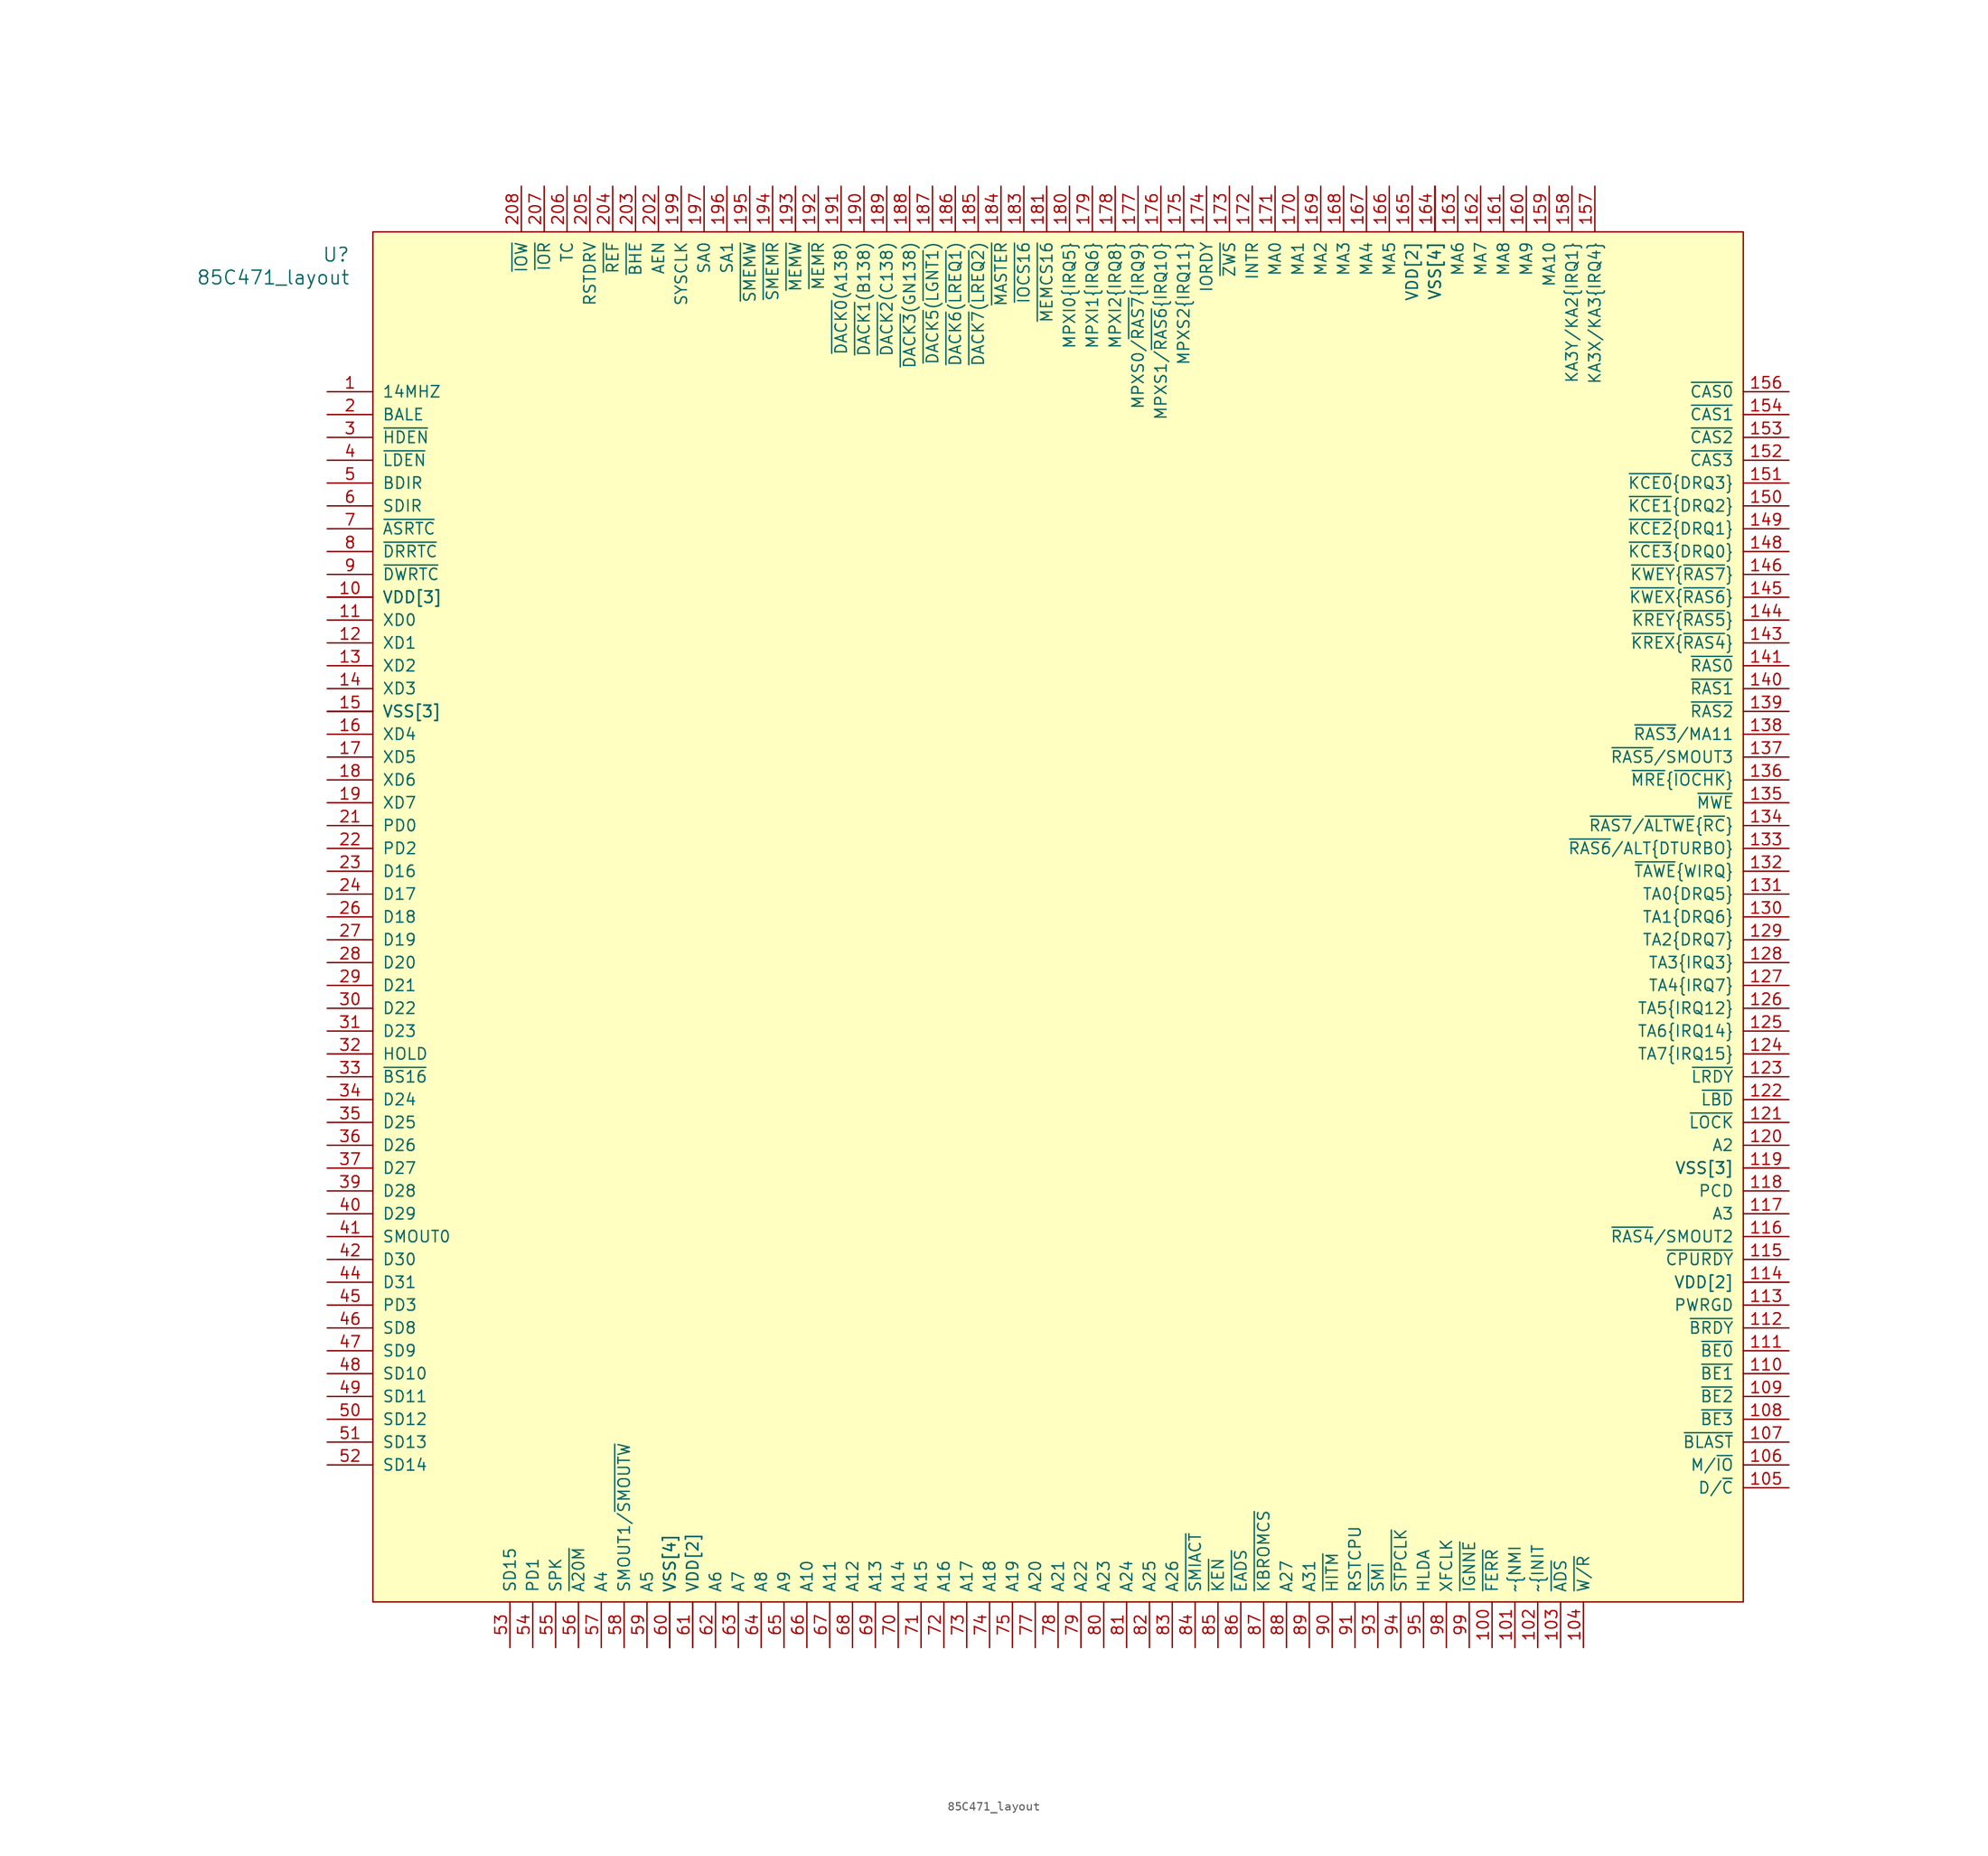
<source format=kicad_sym>
(kicad_symbol_lib
  (version 20211014)
  (generator kicad_symbol_editor)
  (symbol "85C471_layout"
    (pin_names
      (offset 1.016))
    (property "Reference" "U"
      (at -74.93 71.12 0)
      (effects (font (size 1.524 1.524)) (justify right)))
    (property "Value" "85C471_layout"
      (at -74.93 68.58 0)
      (effects (font (size 1.524 1.524)) (justify right)))
    (symbol "85C471_layout_1_1"
      (rectangle (start -72.39 73.66) (end 80.01 -78.74) (stroke (width 0) (type default) (color 0 0 0 0)) (fill (type background)))
      (pin input line (at -77.47 55.88 0) (length 5.08) (name "14MHZ" (effects (font (size 1.27 1.27)))) (number "1" (effects (font (size 1.27 1.27)))))
      (pin power_in line (at -77.47 33.02 0) (length 5.08) (name "VDD[3]" (effects (font (size 1.27 1.27)))) (number "10" (effects (font (size 1.27 1.27)))))
      (pin input line (at 52.07 -83.82 90) (length 5.08) (name "~{FERR}" (effects (font (size 1.27 1.27)))) (number "100" (effects (font (size 1.27 1.27)))))
      (pin output line (at 54.61 -83.82 90) (length 5.08) (name "~{NMI" (effects (font (size 1.27 1.27)))) (number "101" (effects (font (size 1.27 1.27)))))
      (pin output line (at 57.15 -83.82 90) (length 5.08) (name "~{INIT" (effects (font (size 1.27 1.27)))) (number "102" (effects (font (size 1.27 1.27)))))
      (pin tri_state line (at 59.69 -83.82 90) (length 5.08) (name "~{ADS}" (effects (font (size 1.27 1.27)))) (number "103" (effects (font (size 1.27 1.27)))))
      (pin tri_state line (at 62.23 -83.82 90) (length 5.08) (name "~{W/R}" (effects (font (size 1.27 1.27)))) (number "104" (effects (font (size 1.27 1.27)))))
      (pin input line (at 85.09 -66.04 180) (length 5.08) (name "D/~{C}" (effects (font (size 1.27 1.27)))) (number "105" (effects (font (size 1.27 1.27)))))
      (pin tri_state line (at 85.09 -63.5 180) (length 5.08) (name "M/~{IO}" (effects (font (size 1.27 1.27)))) (number "106" (effects (font (size 1.27 1.27)))))
      (pin tri_state line (at 85.09 -60.96 180) (length 5.08) (name "~{BLAST}" (effects (font (size 1.27 1.27)))) (number "107" (effects (font (size 1.27 1.27)))))
      (pin tri_state line (at 85.09 -58.42 180) (length 5.08) (name "~{BE3}" (effects (font (size 1.27 1.27)))) (number "108" (effects (font (size 1.27 1.27)))))
      (pin tri_state line (at 85.09 -55.88 180) (length 5.08) (name "~{BE2}" (effects (font (size 1.27 1.27)))) (number "109" (effects (font (size 1.27 1.27)))))
      (pin tri_state line (at -77.47 30.48 0) (length 5.08) (name "XD0" (effects (font (size 1.27 1.27)))) (number "11" (effects (font (size 1.27 1.27)))))
      (pin tri_state line (at 85.09 -53.34 180) (length 5.08) (name "~{BE1}" (effects (font (size 1.27 1.27)))) (number "110" (effects (font (size 1.27 1.27)))))
      (pin tri_state line (at 85.09 -50.8 180) (length 5.08) (name "~{BE0}" (effects (font (size 1.27 1.27)))) (number "111" (effects (font (size 1.27 1.27)))))
      (pin tri_state line (at 85.09 -48.26 180) (length 5.08) (name "~{BRDY}" (effects (font (size 1.27 1.27)))) (number "112" (effects (font (size 1.27 1.27)))))
      (pin input line (at 85.09 -45.72 180) (length 5.08) (name "PWRGD" (effects (font (size 1.27 1.27)))) (number "113" (effects (font (size 1.27 1.27)))))
      (pin power_in line (at 85.09 -43.18 180) (length 5.08) (name "VDD[2]" (effects (font (size 1.27 1.27)))) (number "114" (effects (font (size 1.27 1.27)))))
      (pin tri_state line (at 85.09 -40.64 180) (length 5.08) (name "~{CPURDY}" (effects (font (size 1.27 1.27)))) (number "115" (effects (font (size 1.27 1.27)))))
      (pin output line (at 85.09 -38.1 180) (length 5.08) (name "~{RAS4}/SMOUT2" (effects (font (size 1.27 1.27)))) (number "116" (effects (font (size 1.27 1.27)))))
      (pin tri_state line (at 85.09 -35.56 180) (length 5.08) (name "A3" (effects (font (size 1.27 1.27)))) (number "117" (effects (font (size 1.27 1.27)))))
      (pin input line (at 85.09 -33.02 180) (length 5.08) (name "PCD" (effects (font (size 1.27 1.27)))) (number "118" (effects (font (size 1.27 1.27)))))
      (pin power_in line (at 85.09 -30.48 180) (length 5.08) (name "VSS[3]" (effects (font (size 1.27 1.27)))) (number "119" (effects (font (size 1.27 1.27)))))
      (pin tri_state line (at -77.47 27.94 0) (length 5.08) (name "XD1" (effects (font (size 1.27 1.27)))) (number "12" (effects (font (size 1.27 1.27)))))
      (pin tri_state line (at 85.09 -27.94 180) (length 5.08) (name "A2" (effects (font (size 1.27 1.27)))) (number "120" (effects (font (size 1.27 1.27)))))
      (pin input line (at 85.09 -25.4 180) (length 5.08) (name "~{LOCK}" (effects (font (size 1.27 1.27)))) (number "121" (effects (font (size 1.27 1.27)))))
      (pin input line (at 85.09 -22.86 180) (length 5.08) (name "~{LBD}" (effects (font (size 1.27 1.27)))) (number "122" (effects (font (size 1.27 1.27)))))
      (pin input line (at 85.09 -20.32 180) (length 5.08) (name "~{LRDY}" (effects (font (size 1.27 1.27)))) (number "123" (effects (font (size 1.27 1.27)))))
      (pin tri_state line (at 85.09 -17.78 180) (length 5.08) (name "TA7{IRQ15}" (effects (font (size 1.27 1.27)))) (number "124" (effects (font (size 1.27 1.27)))))
      (pin tri_state line (at 85.09 -15.24 180) (length 5.08) (name "TA6{IRQ14}" (effects (font (size 1.27 1.27)))) (number "125" (effects (font (size 1.27 1.27)))))
      (pin tri_state line (at 85.09 -12.7 180) (length 5.08) (name "TA5{IRQ12}" (effects (font (size 1.27 1.27)))) (number "126" (effects (font (size 1.27 1.27)))))
      (pin tri_state line (at 85.09 -10.16 180) (length 5.08) (name "TA4{IRQ7}" (effects (font (size 1.27 1.27)))) (number "127" (effects (font (size 1.27 1.27)))))
      (pin tri_state line (at 85.09 -7.62 180) (length 5.08) (name "TA3{IRQ3}" (effects (font (size 1.27 1.27)))) (number "128" (effects (font (size 1.27 1.27)))))
      (pin tri_state line (at 85.09 -5.08 180) (length 5.08) (name "TA2{DRQ7}" (effects (font (size 1.27 1.27)))) (number "129" (effects (font (size 1.27 1.27)))))
      (pin tri_state line (at -77.47 25.4 0) (length 5.08) (name "XD2" (effects (font (size 1.27 1.27)))) (number "13" (effects (font (size 1.27 1.27)))))
      (pin tri_state line (at 85.09 -2.54 180) (length 5.08) (name "TA1{DRQ6}" (effects (font (size 1.27 1.27)))) (number "130" (effects (font (size 1.27 1.27)))))
      (pin tri_state line (at 85.09 0 180) (length 5.08) (name "TA0{DRQ5}" (effects (font (size 1.27 1.27)))) (number "131" (effects (font (size 1.27 1.27)))))
      (pin output line (at 85.09 2.54 180) (length 5.08) (name "~{TAWE}{WIRQ}" (effects (font (size 1.27 1.27)))) (number "132" (effects (font (size 1.27 1.27)))))
      (pin tri_state line (at 85.09 5.08 180) (length 5.08) (name "~{RAS6}/ALT{DTURBO}" (effects (font (size 1.27 1.27)))) (number "133" (effects (font (size 1.27 1.27)))))
      (pin tri_state line (at 85.09 7.62 180) (length 5.08) (name "~{RAS7}/~{ALTWE}{~{RC}}" (effects (font (size 1.27 1.27)))) (number "134" (effects (font (size 1.27 1.27)))))
      (pin output line (at 85.09 10.16 180) (length 5.08) (name "~{MWE}" (effects (font (size 1.27 1.27)))) (number "135" (effects (font (size 1.27 1.27)))))
      (pin tri_state line (at 85.09 12.7 180) (length 5.08) (name "~{MRE}{~{IOCHK}}" (effects (font (size 1.27 1.27)))) (number "136" (effects (font (size 1.27 1.27)))))
      (pin output line (at 85.09 15.24 180) (length 5.08) (name "~{RAS5}/SMOUT3" (effects (font (size 1.27 1.27)))) (number "137" (effects (font (size 1.27 1.27)))))
      (pin output line (at 85.09 17.78 180) (length 5.08) (name "~{RAS3}/MA11" (effects (font (size 1.27 1.27)))) (number "138" (effects (font (size 1.27 1.27)))))
      (pin output line (at 85.09 20.32 180) (length 5.08) (name "~{RAS2}" (effects (font (size 1.27 1.27)))) (number "139" (effects (font (size 1.27 1.27)))))
      (pin tri_state line (at -77.47 22.86 0) (length 5.08) (name "XD3" (effects (font (size 1.27 1.27)))) (number "14" (effects (font (size 1.27 1.27)))))
      (pin output line (at 85.09 22.86 180) (length 5.08) (name "~{RAS1}" (effects (font (size 1.27 1.27)))) (number "140" (effects (font (size 1.27 1.27)))))
      (pin output line (at 85.09 25.4 180) (length 5.08) (name "~{RAS0}" (effects (font (size 1.27 1.27)))) (number "141" (effects (font (size 1.27 1.27)))))
      (pin power_in line (at 85.09 -30.48 180) (length 5.08) (name "VSS[3]" (effects (font (size 1.27 1.27)))) (number "142" (effects (font (size 0 0)))))
      (pin output line (at 85.09 27.94 180) (length 5.08) (name "~{KREX}{~{RAS4}}" (effects (font (size 1.27 1.27)))) (number "143" (effects (font (size 1.27 1.27)))))
      (pin output line (at 85.09 30.48 180) (length 5.08) (name "~{KREY}{~{RAS5}}" (effects (font (size 1.27 1.27)))) (number "144" (effects (font (size 1.27 1.27)))))
      (pin output line (at 85.09 33.02 180) (length 5.08) (name "~{KWEX}{~{RAS6}}" (effects (font (size 1.27 1.27)))) (number "145" (effects (font (size 1.27 1.27)))))
      (pin output line (at 85.09 35.56 180) (length 5.08) (name "~{KWEY}{~{RAS7}}" (effects (font (size 1.27 1.27)))) (number "146" (effects (font (size 1.27 1.27)))))
      (pin power_in line (at 85.09 -43.18 180) (length 5.08) (name "VDD[2]" (effects (font (size 1.27 1.27)))) (number "147" (effects (font (size 0 0)))))
      (pin tri_state line (at 85.09 38.1 180) (length 5.08) (name "~{KCE3}{DRQ0}" (effects (font (size 1.27 1.27)))) (number "148" (effects (font (size 1.27 1.27)))))
      (pin tri_state line (at 85.09 40.64 180) (length 5.08) (name "~{KCE2}{DRQ1}" (effects (font (size 1.27 1.27)))) (number "149" (effects (font (size 1.27 1.27)))))
      (pin power_in line (at -77.47 20.32 0) (length 5.08) (name "VSS[3]" (effects (font (size 1.27 1.27)))) (number "15" (effects (font (size 1.27 1.27)))))
      (pin tri_state line (at 85.09 43.18 180) (length 5.08) (name "~{KCE1}{DRQ2}" (effects (font (size 1.27 1.27)))) (number "150" (effects (font (size 1.27 1.27)))))
      (pin tri_state line (at 85.09 45.72 180) (length 5.08) (name "~{KCE0}{DRQ3}" (effects (font (size 1.27 1.27)))) (number "151" (effects (font (size 1.27 1.27)))))
      (pin output line (at 85.09 48.26 180) (length 5.08) (name "~{CAS3}" (effects (font (size 1.27 1.27)))) (number "152" (effects (font (size 1.27 1.27)))))
      (pin output line (at 85.09 50.8 180) (length 5.08) (name "~{CAS2}" (effects (font (size 1.27 1.27)))) (number "153" (effects (font (size 1.27 1.27)))))
      (pin output line (at 85.09 53.34 180) (length 5.08) (name "~{CAS1}" (effects (font (size 1.27 1.27)))) (number "154" (effects (font (size 1.27 1.27)))))
      (pin power_in line (at 85.09 -30.48 180) (length 5.08) (name "VSS[3]" (effects (font (size 1.27 1.27)))) (number "155" (effects (font (size 0 0)))))
      (pin output line (at 85.09 55.88 180) (length 5.08) (name "~{CAS0}" (effects (font (size 1.27 1.27)))) (number "156" (effects (font (size 1.27 1.27)))))
      (pin tri_state line (at 63.5 78.74 270) (length 5.08) (name "KA3X/KA3{IRQ4}" (effects (font (size 1.27 1.27)))) (number "157" (effects (font (size 1.27 1.27)))))
      (pin tri_state line (at 60.96 78.74 270) (length 5.08) (name "KA3Y/KA2{IRQ1}" (effects (font (size 1.27 1.27)))) (number "158" (effects (font (size 1.27 1.27)))))
      (pin output line (at 58.42 78.74 270) (length 5.08) (name "MA10" (effects (font (size 1.27 1.27)))) (number "159" (effects (font (size 1.27 1.27)))))
      (pin tri_state line (at -77.47 17.78 0) (length 5.08) (name "XD4" (effects (font (size 1.27 1.27)))) (number "16" (effects (font (size 1.27 1.27)))))
      (pin output line (at 55.88 78.74 270) (length 5.08) (name "MA9" (effects (font (size 1.27 1.27)))) (number "160" (effects (font (size 1.27 1.27)))))
      (pin output line (at 53.34 78.74 270) (length 5.08) (name "MA8" (effects (font (size 1.27 1.27)))) (number "161" (effects (font (size 1.27 1.27)))))
      (pin output line (at 50.8 78.74 270) (length 5.08) (name "MA7" (effects (font (size 1.27 1.27)))) (number "162" (effects (font (size 1.27 1.27)))))
      (pin output line (at 48.26 78.74 270) (length 5.08) (name "MA6" (effects (font (size 1.27 1.27)))) (number "163" (effects (font (size 1.27 1.27)))))
      (pin power_in line (at 45.72 78.74 270) (length 5.08) (name "VSS[4]" (effects (font (size 1.27 1.27)))) (number "164" (effects (font (size 1.27 1.27)))))
      (pin power_in line (at 43.18 78.74 270) (length 5.08) (name "VDD[2]" (effects (font (size 1.27 1.27)))) (number "165" (effects (font (size 1.27 1.27)))))
      (pin output line (at 40.64 78.74 270) (length 5.08) (name "MA5" (effects (font (size 1.27 1.27)))) (number "166" (effects (font (size 1.27 1.27)))))
      (pin output line (at 38.1 78.74 270) (length 5.08) (name "MA4" (effects (font (size 1.27 1.27)))) (number "167" (effects (font (size 1.27 1.27)))))
      (pin output line (at 35.56 78.74 270) (length 5.08) (name "MA3" (effects (font (size 1.27 1.27)))) (number "168" (effects (font (size 1.27 1.27)))))
      (pin output line (at 33.02 78.74 270) (length 5.08) (name "MA2" (effects (font (size 1.27 1.27)))) (number "169" (effects (font (size 1.27 1.27)))))
      (pin tri_state line (at -77.47 15.24 0) (length 5.08) (name "XD5" (effects (font (size 1.27 1.27)))) (number "17" (effects (font (size 1.27 1.27)))))
      (pin output line (at 30.48 78.74 270) (length 5.08) (name "MA1" (effects (font (size 1.27 1.27)))) (number "170" (effects (font (size 1.27 1.27)))))
      (pin output line (at 27.94 78.74 270) (length 5.08) (name "MA0" (effects (font (size 1.27 1.27)))) (number "171" (effects (font (size 1.27 1.27)))))
      (pin output line (at 25.4 78.74 270) (length 5.08) (name "INTR" (effects (font (size 1.27 1.27)))) (number "172" (effects (font (size 1.27 1.27)))))
      (pin input line (at 22.86 78.74 270) (length 5.08) (name "~{ZWS}" (effects (font (size 1.27 1.27)))) (number "173" (effects (font (size 1.27 1.27)))))
      (pin tri_state line (at 20.32 78.74 270) (length 5.08) (name "IORDY" (effects (font (size 1.27 1.27)))) (number "174" (effects (font (size 1.27 1.27)))))
      (pin tri_state line (at 17.78 78.74 270) (length 5.08) (name "MPXS2{IRQ11}" (effects (font (size 1.27 1.27)))) (number "175" (effects (font (size 1.27 1.27)))))
      (pin tri_state line (at 15.24 78.74 270) (length 5.08) (name "MPXS1/~{RAS6}{IRQ10}" (effects (font (size 1.27 1.27)))) (number "176" (effects (font (size 1.27 1.27)))))
      (pin tri_state line (at 12.7 78.74 270) (length 5.08) (name "MPXS0/~{RAS7}{IRQ9}" (effects (font (size 1.27 1.27)))) (number "177" (effects (font (size 1.27 1.27)))))
      (pin input line (at 10.16 78.74 270) (length 5.08) (name "MPXI2{IRQ8}" (effects (font (size 1.27 1.27)))) (number "178" (effects (font (size 1.27 1.27)))))
      (pin input line (at 7.62 78.74 270) (length 5.08) (name "MPXI1{IRQ6}" (effects (font (size 1.27 1.27)))) (number "179" (effects (font (size 1.27 1.27)))))
      (pin tri_state line (at -77.47 12.7 0) (length 5.08) (name "XD6" (effects (font (size 1.27 1.27)))) (number "18" (effects (font (size 1.27 1.27)))))
      (pin input line (at 5.08 78.74 270) (length 5.08) (name "MPXI0{IRQ5}" (effects (font (size 1.27 1.27)))) (number "180" (effects (font (size 1.27 1.27)))))
      (pin input line (at 2.54 78.74 270) (length 5.08) (name "~{MEMCS16}" (effects (font (size 1.27 1.27)))) (number "181" (effects (font (size 1.27 1.27)))))
      (pin power_in line (at 45.72 78.74 270) (length 5.08) (name "VSS[4]" (effects (font (size 1.27 1.27)))) (number "182" (effects (font (size 0 0)))))
      (pin input line (at 0 78.74 270) (length 5.08) (name "~{IOCS16}" (effects (font (size 1.27 1.27)))) (number "183" (effects (font (size 1.27 1.27)))))
      (pin input line (at -2.54 78.74 270) (length 5.08) (name "~{MASTER}" (effects (font (size 1.27 1.27)))) (number "184" (effects (font (size 1.27 1.27)))))
      (pin tri_state line (at -5.08 78.74 270) (length 5.08) (name "~{DACK7}(~{LREQ2})" (effects (font (size 1.27 1.27)))) (number "185" (effects (font (size 1.27 1.27)))))
      (pin tri_state line (at -7.62 78.74 270) (length 5.08) (name "~{DACK6}(~{LREQ1})" (effects (font (size 1.27 1.27)))) (number "186" (effects (font (size 1.27 1.27)))))
      (pin tri_state line (at -10.16 78.74 270) (length 5.08) (name "~{DACK5}(~{LGNT1})" (effects (font (size 1.27 1.27)))) (number "187" (effects (font (size 1.27 1.27)))))
      (pin tri_state line (at -12.7 78.74 270) (length 5.08) (name "~{DACK3}(GN138)" (effects (font (size 1.27 1.27)))) (number "188" (effects (font (size 1.27 1.27)))))
      (pin tri_state line (at -15.24 78.74 270) (length 5.08) (name "~{DACK2}(C138)" (effects (font (size 1.27 1.27)))) (number "189" (effects (font (size 1.27 1.27)))))
      (pin tri_state line (at -77.47 10.16 0) (length 5.08) (name "XD7" (effects (font (size 1.27 1.27)))) (number "19" (effects (font (size 1.27 1.27)))))
      (pin tri_state line (at -17.78 78.74 270) (length 5.08) (name "~{DACK1}(B138)" (effects (font (size 1.27 1.27)))) (number "190" (effects (font (size 1.27 1.27)))))
      (pin tri_state line (at -20.32 78.74 270) (length 5.08) (name "~{DACK0}(A138)" (effects (font (size 1.27 1.27)))) (number "191" (effects (font (size 1.27 1.27)))))
      (pin tri_state line (at -22.86 78.74 270) (length 5.08) (name "~{MEMR}" (effects (font (size 1.27 1.27)))) (number "192" (effects (font (size 1.27 1.27)))))
      (pin tri_state line (at -25.4 78.74 270) (length 5.08) (name "~{MEMW}" (effects (font (size 1.27 1.27)))) (number "193" (effects (font (size 1.27 1.27)))))
      (pin output line (at -27.94 78.74 270) (length 5.08) (name "~{SMEMR}" (effects (font (size 1.27 1.27)))) (number "194" (effects (font (size 1.27 1.27)))))
      (pin output line (at -30.48 78.74 270) (length 5.08) (name "~{SMEMW}" (effects (font (size 1.27 1.27)))) (number "195" (effects (font (size 1.27 1.27)))))
      (pin tri_state line (at -33.02 78.74 270) (length 5.08) (name "SA1" (effects (font (size 1.27 1.27)))) (number "196" (effects (font (size 1.27 1.27)))))
      (pin tri_state line (at -35.56 78.74 270) (length 5.08) (name "SA0" (effects (font (size 1.27 1.27)))) (number "197" (effects (font (size 1.27 1.27)))))
      (pin power_in line (at 45.72 78.74 270) (length 5.08) (name "VSS[4]" (effects (font (size 1.27 1.27)))) (number "198" (effects (font (size 0 0)))))
      (pin output line (at -38.1 78.74 270) (length 5.08) (name "SYSCLK" (effects (font (size 1.27 1.27)))) (number "199" (effects (font (size 1.27 1.27)))))
      (pin output line (at -77.47 53.34 0) (length 5.08) (name "BALE" (effects (font (size 1.27 1.27)))) (number "2" (effects (font (size 1.27 1.27)))))
      (pin power_in line (at -77.47 20.32 0) (length 5.08) (name "VSS[3]" (effects (font (size 1.27 1.27)))) (number "20" (effects (font (size 0 0)))))
      (pin power_in line (at 45.72 78.74 270) (length 5.08) (name "VSS[4]" (effects (font (size 1.27 1.27)))) (number "200" (effects (font (size 0 0)))))
      (pin power_in line (at 43.18 78.74 270) (length 5.08) (name "VDD[2]" (effects (font (size 1.27 1.27)))) (number "201" (effects (font (size 0 0)))))
      (pin output line (at -40.64 78.74 270) (length 5.08) (name "AEN" (effects (font (size 1.27 1.27)))) (number "202" (effects (font (size 1.27 1.27)))))
      (pin tri_state line (at -43.18 78.74 270) (length 5.08) (name "~{BHE}" (effects (font (size 1.27 1.27)))) (number "203" (effects (font (size 1.27 1.27)))))
      (pin tri_state line (at -45.72 78.74 270) (length 5.08) (name "~{REF}" (effects (font (size 1.27 1.27)))) (number "204" (effects (font (size 1.27 1.27)))))
      (pin output line (at -48.26 78.74 270) (length 5.08) (name "RSTDRV" (effects (font (size 1.27 1.27)))) (number "205" (effects (font (size 1.27 1.27)))))
      (pin output line (at -50.8 78.74 270) (length 5.08) (name "TC" (effects (font (size 1.27 1.27)))) (number "206" (effects (font (size 1.27 1.27)))))
      (pin tri_state line (at -53.34 78.74 270) (length 5.08) (name "~{IOR}" (effects (font (size 1.27 1.27)))) (number "207" (effects (font (size 1.27 1.27)))))
      (pin tri_state line (at -55.88 78.74 270) (length 5.08) (name "~{IOW}" (effects (font (size 1.27 1.27)))) (number "208" (effects (font (size 1.27 1.27)))))
      (pin tri_state line (at -77.47 7.62 0) (length 5.08) (name "PD0" (effects (font (size 1.27 1.27)))) (number "21" (effects (font (size 1.27 1.27)))))
      (pin tri_state line (at -77.47 5.08 0) (length 5.08) (name "PD2" (effects (font (size 1.27 1.27)))) (number "22" (effects (font (size 1.27 1.27)))))
      (pin tri_state line (at -77.47 2.54 0) (length 5.08) (name "D16" (effects (font (size 1.27 1.27)))) (number "23" (effects (font (size 1.27 1.27)))))
      (pin tri_state line (at -77.47 0 0) (length 5.08) (name "D17" (effects (font (size 1.27 1.27)))) (number "24" (effects (font (size 1.27 1.27)))))
      (pin power_in line (at -77.47 33.02 0) (length 5.08) (name "VDD[3]" (effects (font (size 1.27 1.27)))) (number "25" (effects (font (size 0 0)))))
      (pin tri_state line (at -77.47 -2.54 0) (length 5.08) (name "D18" (effects (font (size 1.27 1.27)))) (number "26" (effects (font (size 1.27 1.27)))))
      (pin tri_state line (at -77.47 -5.08 0) (length 5.08) (name "D19" (effects (font (size 1.27 1.27)))) (number "27" (effects (font (size 1.27 1.27)))))
      (pin tri_state line (at -77.47 -7.62 0) (length 5.08) (name "D20" (effects (font (size 1.27 1.27)))) (number "28" (effects (font (size 1.27 1.27)))))
      (pin tri_state line (at -77.47 -10.16 0) (length 5.08) (name "D21" (effects (font (size 1.27 1.27)))) (number "29" (effects (font (size 1.27 1.27)))))
      (pin output line (at -77.47 50.8 0) (length 5.08) (name "~{HDEN}" (effects (font (size 1.27 1.27)))) (number "3" (effects (font (size 1.27 1.27)))))
      (pin tri_state line (at -77.47 -12.7 0) (length 5.08) (name "D22" (effects (font (size 1.27 1.27)))) (number "30" (effects (font (size 1.27 1.27)))))
      (pin tri_state line (at -77.47 -15.24 0) (length 5.08) (name "D23" (effects (font (size 1.27 1.27)))) (number "31" (effects (font (size 1.27 1.27)))))
      (pin output line (at -77.47 -17.78 0) (length 5.08) (name "HOLD" (effects (font (size 1.27 1.27)))) (number "32" (effects (font (size 1.27 1.27)))))
      (pin output line (at -77.47 -20.32 0) (length 5.08) (name "~{BS16}" (effects (font (size 1.27 1.27)))) (number "33" (effects (font (size 1.27 1.27)))))
      (pin tri_state line (at -77.47 -22.86 0) (length 5.08) (name "D24" (effects (font (size 1.27 1.27)))) (number "34" (effects (font (size 1.27 1.27)))))
      (pin tri_state line (at -77.47 -25.4 0) (length 5.08) (name "D25" (effects (font (size 1.27 1.27)))) (number "35" (effects (font (size 1.27 1.27)))))
      (pin tri_state line (at -77.47 -27.94 0) (length 5.08) (name "D26" (effects (font (size 1.27 1.27)))) (number "36" (effects (font (size 1.27 1.27)))))
      (pin tri_state line (at -77.47 -30.48 0) (length 5.08) (name "D27" (effects (font (size 1.27 1.27)))) (number "37" (effects (font (size 1.27 1.27)))))
      (pin power_in line (at -77.47 20.32 0) (length 5.08) (name "VSS[3]" (effects (font (size 1.27 1.27)))) (number "38" (effects (font (size 0 0)))))
      (pin tri_state line (at -77.47 -33.02 0) (length 5.08) (name "D28" (effects (font (size 1.27 1.27)))) (number "39" (effects (font (size 1.27 1.27)))))
      (pin output line (at -77.47 48.26 0) (length 5.08) (name "~{LDEN}" (effects (font (size 1.27 1.27)))) (number "4" (effects (font (size 1.27 1.27)))))
      (pin tri_state line (at -77.47 -35.56 0) (length 5.08) (name "D29" (effects (font (size 1.27 1.27)))) (number "40" (effects (font (size 1.27 1.27)))))
      (pin output line (at -77.47 -38.1 0) (length 5.08) (name "SMOUT0" (effects (font (size 1.27 1.27)))) (number "41" (effects (font (size 1.27 1.27)))))
      (pin tri_state line (at -77.47 -40.64 0) (length 5.08) (name "D30" (effects (font (size 1.27 1.27)))) (number "42" (effects (font (size 1.27 1.27)))))
      (pin power_in line (at -77.47 33.02 0) (length 5.08) (name "VDD[3]" (effects (font (size 1.27 1.27)))) (number "43" (effects (font (size 0 0)))))
      (pin tri_state line (at -77.47 -43.18 0) (length 5.08) (name "D31" (effects (font (size 1.27 1.27)))) (number "44" (effects (font (size 1.27 1.27)))))
      (pin tri_state line (at -77.47 -45.72 0) (length 5.08) (name "PD3" (effects (font (size 1.27 1.27)))) (number "45" (effects (font (size 1.27 1.27)))))
      (pin tri_state line (at -77.47 -48.26 0) (length 5.08) (name "SD8" (effects (font (size 1.27 1.27)))) (number "46" (effects (font (size 1.27 1.27)))))
      (pin tri_state line (at -77.47 -50.8 0) (length 5.08) (name "SD9" (effects (font (size 1.27 1.27)))) (number "47" (effects (font (size 1.27 1.27)))))
      (pin tri_state line (at -77.47 -53.34 0) (length 5.08) (name "SD10" (effects (font (size 1.27 1.27)))) (number "48" (effects (font (size 1.27 1.27)))))
      (pin tri_state line (at -77.47 -55.88 0) (length 5.08) (name "SD11" (effects (font (size 1.27 1.27)))) (number "49" (effects (font (size 1.27 1.27)))))
      (pin output line (at -77.47 45.72 0) (length 5.08) (name "BDIR" (effects (font (size 1.27 1.27)))) (number "5" (effects (font (size 1.27 1.27)))))
      (pin tri_state line (at -77.47 -58.42 0) (length 5.08) (name "SD12" (effects (font (size 1.27 1.27)))) (number "50" (effects (font (size 1.27 1.27)))))
      (pin tri_state line (at -77.47 -60.96 0) (length 5.08) (name "SD13" (effects (font (size 1.27 1.27)))) (number "51" (effects (font (size 1.27 1.27)))))
      (pin tri_state line (at -77.47 -63.5 0) (length 5.08) (name "SD14" (effects (font (size 1.27 1.27)))) (number "52" (effects (font (size 1.27 1.27)))))
      (pin tri_state line (at -57.15 -83.82 90) (length 5.08) (name "SD15" (effects (font (size 1.27 1.27)))) (number "53" (effects (font (size 1.27 1.27)))))
      (pin tri_state line (at -54.61 -83.82 90) (length 5.08) (name "PD1" (effects (font (size 1.27 1.27)))) (number "54" (effects (font (size 1.27 1.27)))))
      (pin tri_state line (at -52.07 -83.82 90) (length 5.08) (name "SPK" (effects (font (size 1.27 1.27)))) (number "55" (effects (font (size 1.27 1.27)))))
      (pin output line (at -49.53 -83.82 90) (length 5.08) (name "~{A20M}" (effects (font (size 1.27 1.27)))) (number "56" (effects (font (size 1.27 1.27)))))
      (pin tri_state line (at -46.99 -83.82 90) (length 5.08) (name "A4" (effects (font (size 1.27 1.27)))) (number "57" (effects (font (size 1.27 1.27)))))
      (pin output line (at -44.45 -83.82 90) (length 5.08) (name "SMOUT1/~{SMOUTW}" (effects (font (size 1.27 1.27)))) (number "58" (effects (font (size 1.27 1.27)))))
      (pin tri_state line (at -41.91 -83.82 90) (length 5.08) (name "A5" (effects (font (size 1.27 1.27)))) (number "59" (effects (font (size 1.27 1.27)))))
      (pin output line (at -77.47 43.18 0) (length 5.08) (name "SDIR" (effects (font (size 1.27 1.27)))) (number "6" (effects (font (size 1.27 1.27)))))
      (pin power_in line (at -39.37 -83.82 90) (length 5.08) (name "VSS[4]" (effects (font (size 1.27 1.27)))) (number "60" (effects (font (size 1.27 1.27)))))
      (pin power_in line (at -36.83 -83.82 90) (length 5.08) (name "VDD[2]" (effects (font (size 1.27 1.27)))) (number "61" (effects (font (size 1.27 1.27)))))
      (pin tri_state line (at -34.29 -83.82 90) (length 5.08) (name "A6" (effects (font (size 1.27 1.27)))) (number "62" (effects (font (size 1.27 1.27)))))
      (pin tri_state line (at -31.75 -83.82 90) (length 5.08) (name "A7" (effects (font (size 1.27 1.27)))) (number "63" (effects (font (size 1.27 1.27)))))
      (pin tri_state line (at -29.21 -83.82 90) (length 5.08) (name "A8" (effects (font (size 1.27 1.27)))) (number "64" (effects (font (size 1.27 1.27)))))
      (pin tri_state line (at -26.67 -83.82 90) (length 5.08) (name "A9" (effects (font (size 1.27 1.27)))) (number "65" (effects (font (size 1.27 1.27)))))
      (pin tri_state line (at -24.13 -83.82 90) (length 5.08) (name "A10" (effects (font (size 1.27 1.27)))) (number "66" (effects (font (size 1.27 1.27)))))
      (pin tri_state line (at -21.59 -83.82 90) (length 5.08) (name "A11" (effects (font (size 1.27 1.27)))) (number "67" (effects (font (size 1.27 1.27)))))
      (pin tri_state line (at -19.05 -83.82 90) (length 5.08) (name "A12" (effects (font (size 1.27 1.27)))) (number "68" (effects (font (size 1.27 1.27)))))
      (pin tri_state line (at -16.51 -83.82 90) (length 5.08) (name "A13" (effects (font (size 1.27 1.27)))) (number "69" (effects (font (size 1.27 1.27)))))
      (pin output line (at -77.47 40.64 0) (length 5.08) (name "~{ASRTC}" (effects (font (size 1.27 1.27)))) (number "7" (effects (font (size 1.27 1.27)))))
      (pin tri_state line (at -13.97 -83.82 90) (length 5.08) (name "A14" (effects (font (size 1.27 1.27)))) (number "70" (effects (font (size 1.27 1.27)))))
      (pin tri_state line (at -11.43 -83.82 90) (length 5.08) (name "A15" (effects (font (size 1.27 1.27)))) (number "71" (effects (font (size 1.27 1.27)))))
      (pin tri_state line (at -8.89 -83.82 90) (length 5.08) (name "A16" (effects (font (size 1.27 1.27)))) (number "72" (effects (font (size 1.27 1.27)))))
      (pin tri_state line (at -6.35 -83.82 90) (length 5.08) (name "A17" (effects (font (size 1.27 1.27)))) (number "73" (effects (font (size 1.27 1.27)))))
      (pin tri_state line (at -3.81 -83.82 90) (length 5.08) (name "A18" (effects (font (size 1.27 1.27)))) (number "74" (effects (font (size 1.27 1.27)))))
      (pin tri_state line (at -1.27 -83.82 90) (length 5.08) (name "A19" (effects (font (size 1.27 1.27)))) (number "75" (effects (font (size 1.27 1.27)))))
      (pin power_in line (at -39.37 -83.82 90) (length 5.08) (name "VSS[4]" (effects (font (size 1.27 1.27)))) (number "76" (effects (font (size 0 0)))))
      (pin tri_state line (at 1.27 -83.82 90) (length 5.08) (name "A20" (effects (font (size 1.27 1.27)))) (number "77" (effects (font (size 1.27 1.27)))))
      (pin tri_state line (at 3.81 -83.82 90) (length 5.08) (name "A21" (effects (font (size 1.27 1.27)))) (number "78" (effects (font (size 1.27 1.27)))))
      (pin tri_state line (at 6.35 -83.82 90) (length 5.08) (name "A22" (effects (font (size 1.27 1.27)))) (number "79" (effects (font (size 1.27 1.27)))))
      (pin output line (at -77.47 38.1 0) (length 5.08) (name "~{DRRTC}" (effects (font (size 1.27 1.27)))) (number "8" (effects (font (size 1.27 1.27)))))
      (pin tri_state line (at 8.89 -83.82 90) (length 5.08) (name "A23" (effects (font (size 1.27 1.27)))) (number "80" (effects (font (size 1.27 1.27)))))
      (pin tri_state line (at 11.43 -83.82 90) (length 5.08) (name "A24" (effects (font (size 1.27 1.27)))) (number "81" (effects (font (size 1.27 1.27)))))
      (pin tri_state line (at 13.97 -83.82 90) (length 5.08) (name "A25" (effects (font (size 1.27 1.27)))) (number "82" (effects (font (size 1.27 1.27)))))
      (pin tri_state line (at 16.51 -83.82 90) (length 5.08) (name "A26" (effects (font (size 1.27 1.27)))) (number "83" (effects (font (size 1.27 1.27)))))
      (pin input line (at 19.05 -83.82 90) (length 5.08) (name "~{SMIACT}" (effects (font (size 1.27 1.27)))) (number "84" (effects (font (size 1.27 1.27)))))
      (pin output line (at 21.59 -83.82 90) (length 5.08) (name "~{KEN}" (effects (font (size 1.27 1.27)))) (number "85" (effects (font (size 1.27 1.27)))))
      (pin output line (at 24.13 -83.82 90) (length 5.08) (name "~{EADS}" (effects (font (size 1.27 1.27)))) (number "86" (effects (font (size 1.27 1.27)))))
      (pin output line (at 26.67 -83.82 90) (length 5.08) (name "~{KBROMCS}" (effects (font (size 1.27 1.27)))) (number "87" (effects (font (size 1.27 1.27)))))
      (pin tri_state line (at 29.21 -83.82 90) (length 5.08) (name "A27" (effects (font (size 1.27 1.27)))) (number "88" (effects (font (size 1.27 1.27)))))
      (pin tri_state line (at 31.75 -83.82 90) (length 5.08) (name "A31" (effects (font (size 1.27 1.27)))) (number "89" (effects (font (size 1.27 1.27)))))
      (pin output line (at -77.47 35.56 0) (length 5.08) (name "~{DWRTC}" (effects (font (size 1.27 1.27)))) (number "9" (effects (font (size 1.27 1.27)))))
      (pin input line (at 34.29 -83.82 90) (length 5.08) (name "~{HITM}" (effects (font (size 1.27 1.27)))) (number "90" (effects (font (size 1.27 1.27)))))
      (pin output line (at 36.83 -83.82 90) (length 5.08) (name "RSTCPU" (effects (font (size 1.27 1.27)))) (number "91" (effects (font (size 1.27 1.27)))))
      (pin power_in line (at -39.37 -83.82 90) (length 5.08) (name "VSS[4]" (effects (font (size 1.27 1.27)))) (number "92" (effects (font (size 0 0)))))
      (pin output line (at 39.37 -83.82 90) (length 5.08) (name "~{SMI}" (effects (font (size 1.27 1.27)))) (number "93" (effects (font (size 1.27 1.27)))))
      (pin output line (at 41.91 -83.82 90) (length 5.08) (name "~{STPCLK}" (effects (font (size 1.27 1.27)))) (number "94" (effects (font (size 1.27 1.27)))))
      (pin input line (at 44.45 -83.82 90) (length 5.08) (name "HLDA" (effects (font (size 1.27 1.27)))) (number "95" (effects (font (size 1.27 1.27)))))
      (pin power_in line (at -39.37 -83.82 90) (length 5.08) (name "VSS[4]" (effects (font (size 1.27 1.27)))) (number "96" (effects (font (size 0 0)))))
      (pin power_in line (at -36.83 -83.82 90) (length 5.08) (name "VDD[2]" (effects (font (size 1.27 1.27)))) (number "97" (effects (font (size 0 0)))))
      (pin input line (at 46.99 -83.82 90) (length 5.08) (name "XFCLK" (effects (font (size 1.27 1.27)))) (number "98" (effects (font (size 1.27 1.27)))))
      (pin output line (at 49.53 -83.82 90) (length 5.08) (name "~{IGNNE}" (effects (font (size 1.27 1.27)))) (number "99" (effects (font (size 1.27 1.27))))))))
</source>
